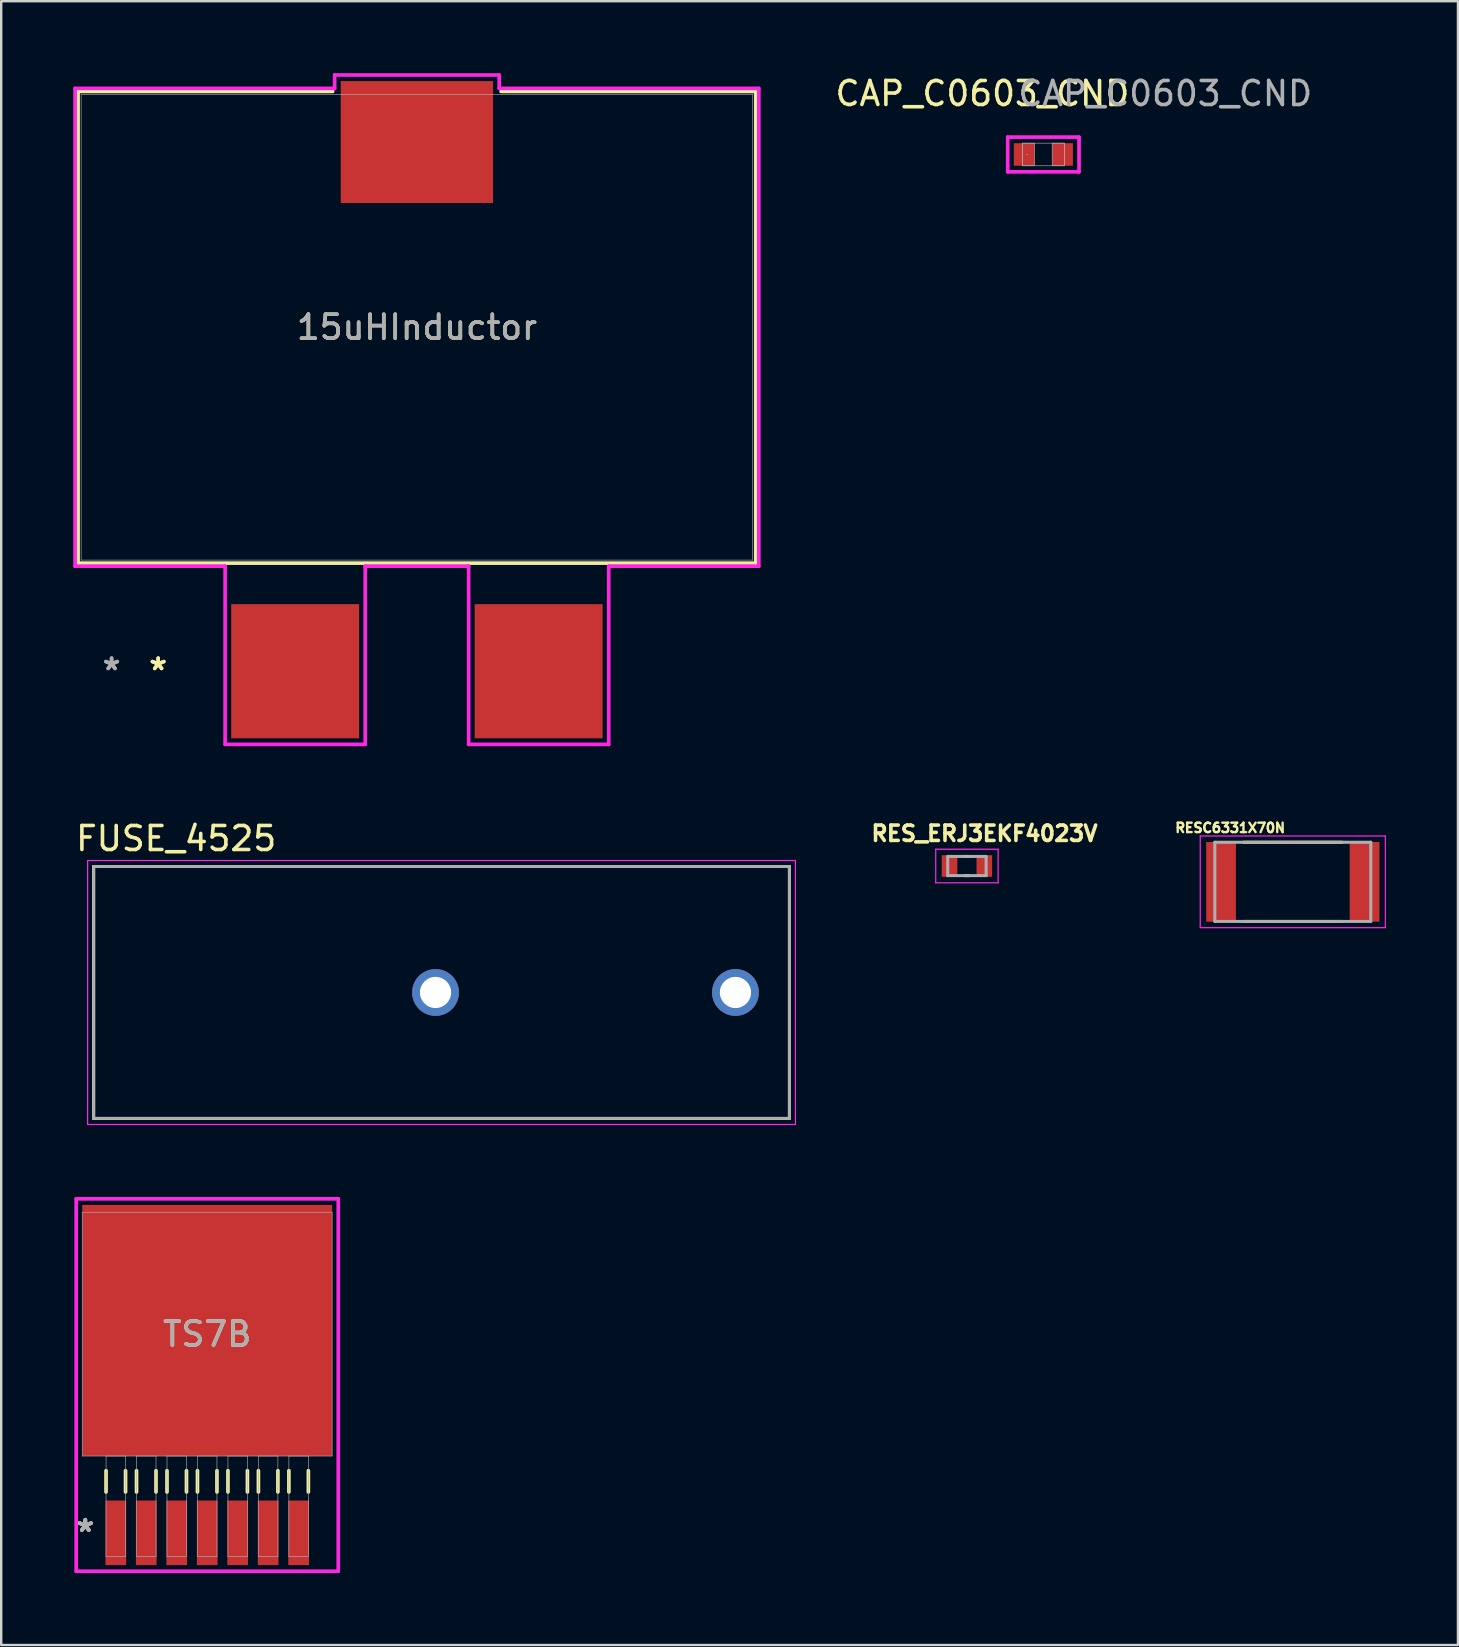
<source format=kicad_pcb>
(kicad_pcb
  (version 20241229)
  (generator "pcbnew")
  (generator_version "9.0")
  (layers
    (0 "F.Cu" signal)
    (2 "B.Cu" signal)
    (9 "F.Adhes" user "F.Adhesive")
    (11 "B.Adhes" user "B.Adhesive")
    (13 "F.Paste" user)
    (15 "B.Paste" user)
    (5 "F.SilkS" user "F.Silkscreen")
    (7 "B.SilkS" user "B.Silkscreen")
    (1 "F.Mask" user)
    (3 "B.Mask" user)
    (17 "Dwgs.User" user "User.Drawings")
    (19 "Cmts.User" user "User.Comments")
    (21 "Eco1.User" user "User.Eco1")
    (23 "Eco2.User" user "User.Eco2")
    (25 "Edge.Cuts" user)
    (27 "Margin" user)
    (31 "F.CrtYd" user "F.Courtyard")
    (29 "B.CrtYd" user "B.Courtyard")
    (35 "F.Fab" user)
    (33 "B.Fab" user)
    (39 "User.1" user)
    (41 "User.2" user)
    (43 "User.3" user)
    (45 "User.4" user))
  (footprint "FUSE_4525"
    (layer "F.Cu")
    (at 15.352 38.314)
    (property "Reference" "FUSE_4525" (at -11.06 -6.415 0) (layer "F.SilkS") (effects (font (size 1 1) (thickness 0.15))))
    (attr through_hole)
    (fp_line (start -14.5 -5.25) (end -14.5 5.25) (stroke (width 0.127) (type solid)) (layer "F.SilkS"))
    (fp_line (start -14.5 -5.25) (end 14.5 -5.25) (stroke (width 0.127) (type solid)) (layer "F.SilkS"))
    (fp_line (start -14.5 5.25) (end 14.5 5.25) (stroke (width 0.127) (type solid)) (layer "F.SilkS"))
    (fp_line (start 14.5 -5.25) (end 14.5 5.25) (stroke (width 0.127) (type solid)) (layer "F.SilkS"))
    (fp_line (start -14.75 -5.5) (end 14.75 -5.5) (stroke (width 0.05) (type solid)) (layer "F.CrtYd"))
    (fp_line (start -14.75 5.5) (end -14.75 -5.5) (stroke (width 0.05) (type solid)) (layer "F.CrtYd"))
    (fp_line (start 14.75 -5.5) (end 14.75 5.5) (stroke (width 0.05) (type solid)) (layer "F.CrtYd"))
    (fp_line (start 14.75 5.5) (end -14.75 5.5) (stroke (width 0.05) (type solid)) (layer "F.CrtYd"))
    (fp_line (start -14.5 -5.25) (end 14.5 -5.25) (stroke (width 0.127) (type solid)) (layer "F.Fab"))
    (fp_line (start -14.5 5.25) (end -14.5 -5.25) (stroke (width 0.127) (type solid)) (layer "F.Fab"))
    (fp_line (start 14.5 -5.25) (end 14.5 5.25) (stroke (width 0.127) (type solid)) (layer "F.Fab"))
    (fp_line (start 14.5 5.25) (end -14.5 5.25) (stroke (width 0.127) (type solid)) (layer "F.Fab"))
    (pad "1" thru_hole circle (at -0.25 0) (size 1.95 1.95) (drill 1.3) (layers "*.Cu" "*.Mask"))
    (pad "2" thru_hole circle (at 12.25 0) (size 1.95 1.95) (drill 1.3) (layers "*.Cu" "*.Mask")))
  (footprint "TS7B"
    (layer "F.Cu")
    (at 5.586 52.554)
    (property "Reference" "TS7B" (at 0 0 0) (unlocked yes) (layer "F.SilkS") (effects (font (size 1 1) (thickness 0.15))))
    (attr smd)
    (fp_line (start -4.216 5.69) (end -4.216 6.579) (stroke (width 0.152) (type solid)) (layer "F.SilkS"))
    (fp_line (start -3.404 5.69) (end -3.404 6.579) (stroke (width 0.152) (type solid)) (layer "F.SilkS"))
    (fp_line (start -2.946 5.69) (end -2.946 6.579) (stroke (width 0.152) (type solid)) (layer "F.SilkS"))
    (fp_line (start -2.134 5.69) (end -2.134 6.579) (stroke (width 0.152) (type solid)) (layer "F.SilkS"))
    (fp_line (start -1.676 5.69) (end -1.676 6.579) (stroke (width 0.152) (type solid)) (layer "F.SilkS"))
    (fp_line (start -0.864 5.69) (end -0.864 6.579) (stroke (width 0.152) (type solid)) (layer "F.SilkS"))
    (fp_line (start -0.406 5.69) (end -0.406 6.579) (stroke (width 0.152) (type solid)) (layer "F.SilkS"))
    (fp_line (start 0.406 5.69) (end 0.406 6.579) (stroke (width 0.152) (type solid)) (layer "F.SilkS"))
    (fp_line (start 0.864 5.69) (end 0.864 6.579) (stroke (width 0.152) (type solid)) (layer "F.SilkS"))
    (fp_line (start 1.676 5.69) (end 1.676 6.579) (stroke (width 0.152) (type solid)) (layer "F.SilkS"))
    (fp_line (start 2.134 5.69) (end 2.134 6.579) (stroke (width 0.152) (type solid)) (layer "F.SilkS"))
    (fp_line (start 2.946 5.69) (end 2.946 6.579) (stroke (width 0.152) (type solid)) (layer "F.SilkS"))
    (fp_line (start 3.404 5.69) (end 3.404 6.579) (stroke (width 0.152) (type solid)) (layer "F.SilkS"))
    (fp_line (start 4.216 5.69) (end 4.216 6.579) (stroke (width 0.152) (type solid)) (layer "F.SilkS"))
    (fp_line (start -5.461 -5.639) (end 5.461 -5.639) (stroke (width 0.152) (type solid)) (layer "F.CrtYd"))
    (fp_line (start -5.461 9.881) (end -5.461 -5.639) (stroke (width 0.152) (type solid)) (layer "F.CrtYd"))
    (fp_line (start 5.461 -5.639) (end 5.461 9.881) (stroke (width 0.152) (type solid)) (layer "F.CrtYd"))
    (fp_line (start 5.461 9.881) (end -5.461 9.881) (stroke (width 0.152) (type solid)) (layer "F.CrtYd"))
    (fp_line (start -5.207 -5.08) (end -5.207 5.08) (stroke (width 0.025) (type solid)) (layer "F.Fab"))
    (fp_line (start -5.207 5.08) (end 5.207 5.08) (stroke (width 0.025) (type solid)) (layer "F.Fab"))
    (fp_line (start -4.216 5.08) (end -4.216 9.271) (stroke (width 0.025) (type solid)) (layer "F.Fab"))
    (fp_line (start -4.216 9.271) (end -3.404 9.271) (stroke (width 0.025) (type solid)) (layer "F.Fab"))
    (fp_line (start -3.404 5.08) (end -4.216 5.08) (stroke (width 0.025) (type solid)) (layer "F.Fab"))
    (fp_line (start -3.404 9.271) (end -3.404 5.08) (stroke (width 0.025) (type solid)) (layer "F.Fab"))
    (fp_line (start -2.946 5.08) (end -2.946 9.271) (stroke (width 0.025) (type solid)) (layer "F.Fab"))
    (fp_line (start -2.946 9.271) (end -2.134 9.271) (stroke (width 0.025) (type solid)) (layer "F.Fab"))
    (fp_line (start -2.134 5.08) (end -2.946 5.08) (stroke (width 0.025) (type solid)) (layer "F.Fab"))
    (fp_line (start -2.134 9.271) (end -2.134 5.08) (stroke (width 0.025) (type solid)) (layer "F.Fab"))
    (fp_line (start -1.676 5.08) (end -1.676 9.271) (stroke (width 0.025) (type solid)) (layer "F.Fab"))
    (fp_line (start -1.676 9.271) (end -0.864 9.271) (stroke (width 0.025) (type solid)) (layer "F.Fab"))
    (fp_line (start -0.864 5.08) (end -1.676 5.08) (stroke (width 0.025) (type solid)) (layer "F.Fab"))
    (fp_line (start -0.864 9.271) (end -0.864 5.08) (stroke (width 0.025) (type solid)) (layer "F.Fab"))
    (fp_line (start -0.406 5.08) (end -0.406 9.271) (stroke (width 0.025) (type solid)) (layer "F.Fab"))
    (fp_line (start -0.406 9.271) (end 0.406 9.271) (stroke (width 0.025) (type solid)) (layer "F.Fab"))
    (fp_line (start 0.406 5.08) (end -0.406 5.08) (stroke (width 0.025) (type solid)) (layer "F.Fab"))
    (fp_line (start 0.406 9.271) (end 0.406 5.08) (stroke (width 0.025) (type solid)) (layer "F.Fab"))
    (fp_line (start 0.864 5.08) (end 0.864 9.271) (stroke (width 0.025) (type solid)) (layer "F.Fab"))
    (fp_line (start 0.864 9.271) (end 1.676 9.271) (stroke (width 0.025) (type solid)) (layer "F.Fab"))
    (fp_line (start 1.676 5.08) (end 0.864 5.08) (stroke (width 0.025) (type solid)) (layer "F.Fab"))
    (fp_line (start 1.676 9.271) (end 1.676 5.08) (stroke (width 0.025) (type solid)) (layer "F.Fab"))
    (fp_line (start 2.134 5.08) (end 2.134 9.271) (stroke (width 0.025) (type solid)) (layer "F.Fab"))
    (fp_line (start 2.134 9.271) (end 2.946 9.271) (stroke (width 0.025) (type solid)) (layer "F.Fab"))
    (fp_line (start 2.946 5.08) (end 2.134 5.08) (stroke (width 0.025) (type solid)) (layer "F.Fab"))
    (fp_line (start 2.946 9.271) (end 2.946 5.08) (stroke (width 0.025) (type solid)) (layer "F.Fab"))
    (fp_line (start 3.404 5.08) (end 3.404 9.271) (stroke (width 0.025) (type solid)) (layer "F.Fab"))
    (fp_line (start 3.404 9.271) (end 4.216 9.271) (stroke (width 0.025) (type solid)) (layer "F.Fab"))
    (fp_line (start 4.216 5.08) (end 3.404 5.08) (stroke (width 0.025) (type solid)) (layer "F.Fab"))
    (fp_line (start 4.216 9.271) (end 4.216 5.08) (stroke (width 0.025) (type solid)) (layer "F.Fab"))
    (fp_line (start 5.207 -5.08) (end -5.207 -5.08) (stroke (width 0.025) (type solid)) (layer "F.Fab"))
    (fp_line (start 5.207 5.08) (end 5.207 -5.08) (stroke (width 0.025) (type solid)) (layer "F.Fab"))
    (fp_text user "*" (at -5.08 8.28 0) (unlocked yes) (layer "F.SilkS") (effects (font (size 1 1) (thickness 0.15))))
    (fp_text user "*" (at -5.08 8.28 0) (layer "F.SilkS") (effects (font (size 1 1) (thickness 0.15))))
    (fp_text user "*" (at -5.08 8.28 0) (layer "F.Fab") (effects (font (size 1 1) (thickness 0.15))))
    (fp_text user "${REFERENCE}" (at 0 0 0) (unlocked yes) (layer "F.Fab") (effects (font (size 1 1) (thickness 0.15))))
    (fp_text user "*" (at -5.08 8.28 0) (unlocked yes) (layer "F.Fab") (effects (font (size 1 1) (thickness 0.15))))
    (pad "1" smd rect (at -3.81 8.28) (size 0.864 2.692) (layers "F.Cu" "F.Mask" "F.Paste"))
    (pad "2" smd rect (at -2.54 8.28) (size 0.864 2.692) (layers "F.Cu" "F.Mask" "F.Paste"))
    (pad "3" smd rect (at -1.27 8.28) (size 0.864 2.692) (layers "F.Cu" "F.Mask" "F.Paste"))
    (pad "4" smd rect (at 0 8.28) (size 0.864 2.692) (layers "F.Cu" "F.Mask" "F.Paste"))
    (pad "5" smd rect (at 1.27 8.28) (size 0.864 2.692) (layers "F.Cu" "F.Mask" "F.Paste"))
    (pad "6" smd rect (at 2.54 8.28) (size 0.864 2.692) (layers "F.Cu" "F.Mask" "F.Paste"))
    (pad "7" smd rect (at 3.81 8.28) (size 0.864 2.692) (layers "F.Cu" "F.Mask" "F.Paste"))
    (pad "8" smd rect (at 0 -0.152) (size 10.414 10.465) (layers "F.Cu" "F.Mask" "F.Paste")))
  (footprint "RES_ERJ3EKF4023V"
    (layer "F.Cu")
    (at 37.249 33.044)
    (property "Reference" "RES_ERJ3EKF4023V" (at 0.732 -1.356 0) (layer "F.SilkS") (effects (font (size 0.64 0.64) (thickness 0.15))))
    (attr smd)
    (fp_line (start -0.08 -0.4) (end 0.08 -0.4) (stroke (width 0.127) (type solid)) (layer "F.SilkS"))
    (fp_line (start -0.08 0.4) (end 0.08 0.4) (stroke (width 0.127) (type solid)) (layer "F.SilkS"))
    (fp_line (start -1.3 -0.7) (end -1.3 0.7) (stroke (width 0.05) (type solid)) (layer "F.CrtYd"))
    (fp_line (start -1.3 0.7) (end 1.3 0.7) (stroke (width 0.05) (type solid)) (layer "F.CrtYd"))
    (fp_line (start 1.3 -0.7) (end -1.3 -0.7) (stroke (width 0.05) (type solid)) (layer "F.CrtYd"))
    (fp_line (start 1.3 0.7) (end 1.3 -0.7) (stroke (width 0.05) (type solid)) (layer "F.CrtYd"))
    (fp_line (start -0.8 -0.4) (end -0.8 0.4) (stroke (width 0.127) (type solid)) (layer "F.Fab"))
    (fp_line (start -0.8 -0.4) (end 0.8 -0.4) (stroke (width 0.127) (type solid)) (layer "F.Fab"))
    (fp_line (start -0.8 0.4) (end 0.8 0.4) (stroke (width 0.127) (type solid)) (layer "F.Fab"))
    (fp_line (start 0.8 -0.4) (end 0.8 0.4) (stroke (width 0.127) (type solid)) (layer "F.Fab"))
    (pad "1" smd rect (at -0.725 0) (size 0.65 0.9) (layers "F.Cu" "F.Mask" "F.Paste"))
    (pad "2" smd rect (at 0.725 0) (size 0.65 0.9) (layers "F.Cu" "F.Mask" "F.Paste")))
  (footprint "CAP_C0603_CND"
    (layer "F.Cu")
    (at 40.435 3.388)
    (property "Reference" "CAP_C0603_CND" (at -2.54 -2.54 0) (unlocked yes) (layer "F.SilkS") (effects (font (size 1 1) (thickness 0.15))))
    (attr smd)
    (fp_line (start -1.486 -0.724) (end 1.486 -0.724) (stroke (width 0.152) (type solid)) (layer "F.CrtYd"))
    (fp_line (start -1.486 0.724) (end -1.486 -0.724) (stroke (width 0.152) (type solid)) (layer "F.CrtYd"))
    (fp_line (start 1.486 -0.724) (end 1.486 0.724) (stroke (width 0.152) (type solid)) (layer "F.CrtYd"))
    (fp_line (start 1.486 0.724) (end -1.486 0.724) (stroke (width 0.152) (type solid)) (layer "F.CrtYd"))
    (fp_line (start -0.876 -0.47) (end -0.876 0.47) (stroke (width 0.025) (type solid)) (layer "F.Fab"))
    (fp_line (start -0.876 -0.47) (end -0.876 0.47) (stroke (width 0.025) (type solid)) (layer "F.Fab"))
    (fp_line (start -0.876 0.47) (end -0.368 0.47) (stroke (width 0.025) (type solid)) (layer "F.Fab"))
    (fp_line (start -0.876 0.47) (end 0.876 0.47) (stroke (width 0.025) (type solid)) (layer "F.Fab"))
    (fp_line (start -0.368 -0.47) (end -0.876 -0.47) (stroke (width 0.025) (type solid)) (layer "F.Fab"))
    (fp_line (start -0.368 0.47) (end -0.368 -0.47) (stroke (width 0.025) (type solid)) (layer "F.Fab"))
    (fp_line (start 0.368 -0.47) (end 0.368 0.47) (stroke (width 0.025) (type solid)) (layer "F.Fab"))
    (fp_line (start 0.368 0.47) (end 0.876 0.47) (stroke (width 0.025) (type solid)) (layer "F.Fab"))
    (fp_line (start 0.876 -0.47) (end -0.876 -0.47) (stroke (width 0.025) (type solid)) (layer "F.Fab"))
    (fp_line (start 0.876 -0.47) (end 0.368 -0.47) (stroke (width 0.025) (type solid)) (layer "F.Fab"))
    (fp_line (start 0.876 0.47) (end 0.876 -0.47) (stroke (width 0.025) (type solid)) (layer "F.Fab"))
    (fp_line (start 0.876 0.47) (end 0.876 -0.47) (stroke (width 0.025) (type solid)) (layer "F.Fab"))
    (fp_circle (center -0.673 0) (end -0.673 0) (stroke (width 0.025) (type solid)) (fill no) (layer "F.Fab"))
    (fp_text user "${REFERENCE}" (at 5.08 -2.54 0) (unlocked yes) (layer "F.Fab") (effects (font (size 1 1) (thickness 0.15))))
    (pad "1" smd rect (at -0.8 0) (size 0.864 0.94) (layers "F.Cu" "F.Mask" "F.Paste"))
    (pad "2" smd rect (at 0.8 0) (size 0.864 0.94) (layers "F.Cu" "F.Mask" "F.Paste"))
    (zone (net_name "") (layer "F.Cu") (hatch full 0.508) (connect_pads) (min_thickness 0.254) (filled_areas_thickness no) (keepout (tracks not_allowed) (vias not_allowed) (pads allowed) (copperpour not_allowed) (footprints allowed)) (placement (enabled no)) (fill) (polygon (pts (xy 40.118 2.969) (xy 40.753 2.969) (xy 40.753 3.807) (xy 40.118 3.807)))))
  (footprint "15uHInductor"
    (layer "F.Cu")
    (at 14.326 10.59)
    (property "Reference" "15uHInductor" (at 0 0 0) (unlocked yes) (layer "F.SilkS") (effects (font (size 1 1) (thickness 0.15))))
    (attr smd)
    (fp_line (start -14.122 -9.83) (end -14.122 9.83) (stroke (width 0.152) (type solid)) (layer "F.SilkS"))
    (fp_line (start -14.122 9.83) (end 14.122 9.83) (stroke (width 0.152) (type solid)) (layer "F.SilkS"))
    (fp_line (start -3.508 -9.83) (end -14.122 -9.83) (stroke (width 0.152) (type solid)) (layer "F.SilkS"))
    (fp_line (start 14.122 -9.83) (end 3.508 -9.83) (stroke (width 0.152) (type solid)) (layer "F.SilkS"))
    (fp_line (start 14.122 9.83) (end 14.122 -9.83) (stroke (width 0.152) (type solid)) (layer "F.SilkS"))
    (fp_line (start -14.249 -9.957) (end -14.249 9.957) (stroke (width 0.152) (type solid)) (layer "F.CrtYd"))
    (fp_line (start -14.249 9.957) (end -7.994 9.957) (stroke (width 0.152) (type solid)) (layer "F.CrtYd"))
    (fp_line (start -7.994 9.957) (end -7.994 17.384) (stroke (width 0.152) (type solid)) (layer "F.CrtYd"))
    (fp_line (start -7.994 17.384) (end -2.156 17.384) (stroke (width 0.152) (type solid)) (layer "F.CrtYd"))
    (fp_line (start -3.429 -10.514) (end -3.429 -9.957) (stroke (width 0.152) (type solid)) (layer "F.CrtYd"))
    (fp_line (start -3.429 -9.957) (end -14.249 -9.957) (stroke (width 0.152) (type solid)) (layer "F.CrtYd"))
    (fp_line (start -2.156 9.957) (end 2.156 9.957) (stroke (width 0.152) (type solid)) (layer "F.CrtYd"))
    (fp_line (start -2.156 17.384) (end -2.156 9.957) (stroke (width 0.152) (type solid)) (layer "F.CrtYd"))
    (fp_line (start 2.156 9.957) (end 2.156 17.384) (stroke (width 0.152) (type solid)) (layer "F.CrtYd"))
    (fp_line (start 2.156 17.384) (end 7.994 17.384) (stroke (width 0.152) (type solid)) (layer "F.CrtYd"))
    (fp_line (start 3.429 -10.514) (end -3.429 -10.514) (stroke (width 0.152) (type solid)) (layer "F.CrtYd"))
    (fp_line (start 3.429 -9.957) (end 3.429 -10.514) (stroke (width 0.152) (type solid)) (layer "F.CrtYd"))
    (fp_line (start 7.994 9.957) (end 14.249 9.957) (stroke (width 0.152) (type solid)) (layer "F.CrtYd"))
    (fp_line (start 7.994 17.384) (end 7.994 9.957) (stroke (width 0.152) (type solid)) (layer "F.CrtYd"))
    (fp_line (start 14.249 -9.957) (end 3.429 -9.957) (stroke (width 0.152) (type solid)) (layer "F.CrtYd"))
    (fp_line (start 14.249 9.957) (end 14.249 -9.957) (stroke (width 0.152) (type solid)) (layer "F.CrtYd"))
    (fp_line (start -13.995 -9.703) (end -13.995 9.703) (stroke (width 0.025) (type solid)) (layer "F.Fab"))
    (fp_line (start -13.995 9.703) (end 13.995 9.703) (stroke (width 0.025) (type solid)) (layer "F.Fab"))
    (fp_line (start 13.995 -9.703) (end -13.995 -9.703) (stroke (width 0.025) (type solid)) (layer "F.Fab"))
    (fp_line (start 13.995 9.703) (end 13.995 -9.703) (stroke (width 0.025) (type solid)) (layer "F.Fab"))
    (fp_text user "*" (at -10.785 14.335 0) (layer "F.SilkS") (effects (font (size 1 1) (thickness 0.15))))
    (fp_text user "*" (at -10.785 14.335 0) (unlocked yes) (layer "F.SilkS") (effects (font (size 1 1) (thickness 0.15))))
    (fp_text user "*" (at -12.725 14.335 0) (unlocked yes) (layer "F.Fab") (effects (font (size 1 1) (thickness 0.15))))
    (fp_text user "*" (at -12.725 14.335 0) (layer "F.Fab") (effects (font (size 1 1) (thickness 0.15))))
    (fp_text user "${REFERENCE}" (at 0 0 0) (unlocked yes) (layer "F.Fab") (effects (font (size 1 1) (thickness 0.15))))
    (pad "1" smd rect (at -5.075 14.335) (size 5.33 5.59) (layers "F.Cu" "F.Mask" "F.Paste"))
    (pad "2" smd rect (at 5.075 14.335) (size 5.33 5.59) (layers "F.Cu" "F.Mask" "F.Paste"))
    (pad "3" smd rect (at 0 -7.72) (size 6.35 5.08) (layers "F.Cu" "F.Mask" "F.Paste")))
  (footprint "RESC6331X70N"
    (layer "F.Cu")
    (at 50.831 33.703)
    (property "Reference" "RESC6331X70N" (at -2.61 -2.25 0) (layer "F.SilkS") (effects (font (size 0.394 0.394) (thickness 0.15))))
    (attr smd)
    (fp_line (start -2.05 -1.65) (end 2.05 -1.65) (stroke (width 0.127) (type solid)) (layer "F.SilkS"))
    (fp_line (start -2.05 1.65) (end 2.05 1.65) (stroke (width 0.127) (type solid)) (layer "F.SilkS"))
    (fp_line (start -3.858 -1.91) (end 3.858 -1.91) (stroke (width 0.05) (type solid)) (layer "F.CrtYd"))
    (fp_line (start -3.858 1.91) (end -3.858 -1.91) (stroke (width 0.05) (type solid)) (layer "F.CrtYd"))
    (fp_line (start -3.858 1.91) (end 3.858 1.91) (stroke (width 0.05) (type solid)) (layer "F.CrtYd"))
    (fp_line (start 3.858 1.91) (end 3.858 -1.91) (stroke (width 0.05) (type solid)) (layer "F.CrtYd"))
    (fp_line (start -3.25 1.65) (end -3.25 -1.65) (stroke (width 0.127) (type solid)) (layer "F.Fab"))
    (fp_line (start 3.25 -1.65) (end -3.25 -1.65) (stroke (width 0.127) (type solid)) (layer "F.Fab"))
    (fp_line (start 3.25 1.65) (end -3.25 1.65) (stroke (width 0.127) (type solid)) (layer "F.Fab"))
    (fp_line (start 3.25 1.65) (end 3.25 -1.65) (stroke (width 0.127) (type solid)) (layer "F.Fab"))
    (pad "1" smd rect (at -2.99 0) (size 1.24 3.32) (layers "F.Cu" "F.Mask" "F.Paste"))
    (pad "2" smd rect (at 2.99 0) (size 1.24 3.32) (layers "F.Cu" "F.Mask" "F.Paste")))
  (gr_rect
    (start -3 -3)
    (end 57.714 65.51)
    (stroke (width 0.1) (type default))
    (fill no)
    (layer "Edge.Cuts")))
</source>
